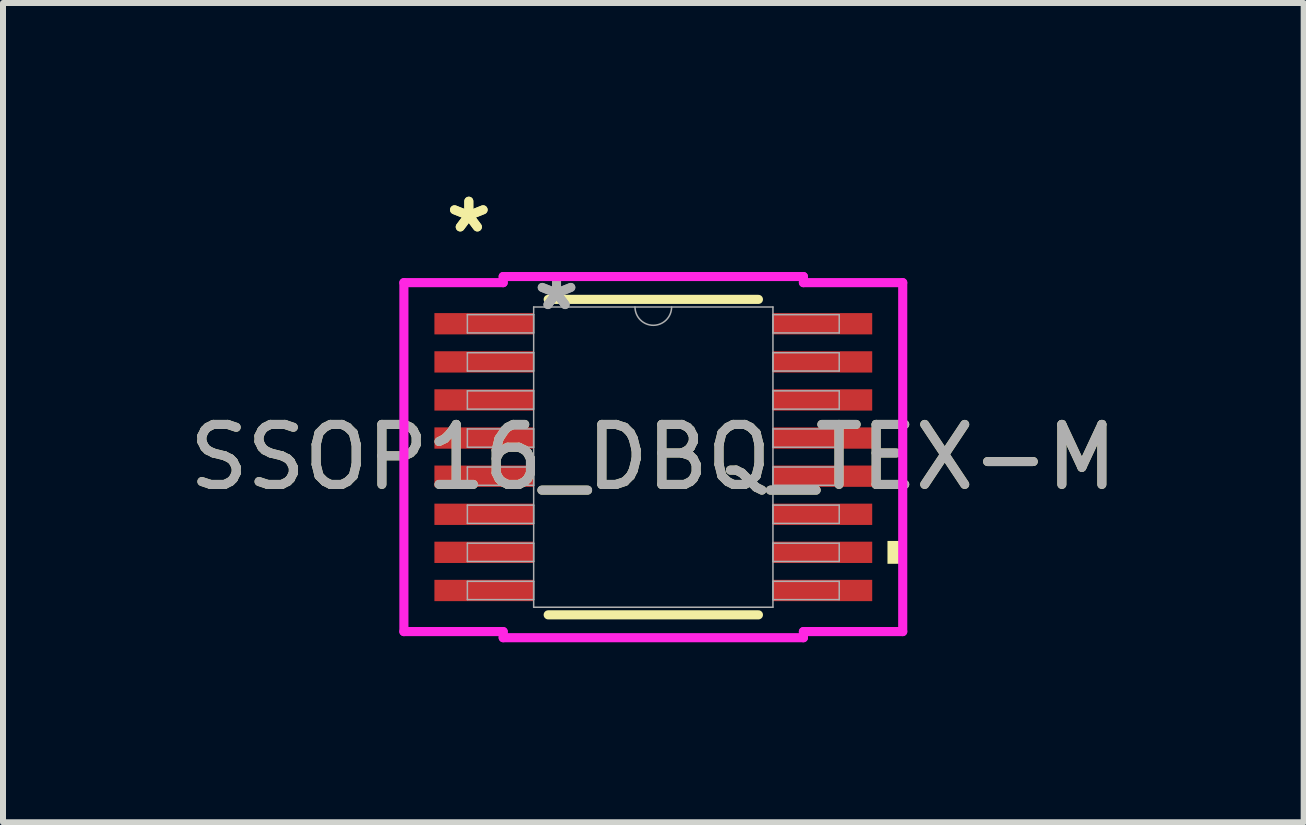
<source format=kicad_pcb>
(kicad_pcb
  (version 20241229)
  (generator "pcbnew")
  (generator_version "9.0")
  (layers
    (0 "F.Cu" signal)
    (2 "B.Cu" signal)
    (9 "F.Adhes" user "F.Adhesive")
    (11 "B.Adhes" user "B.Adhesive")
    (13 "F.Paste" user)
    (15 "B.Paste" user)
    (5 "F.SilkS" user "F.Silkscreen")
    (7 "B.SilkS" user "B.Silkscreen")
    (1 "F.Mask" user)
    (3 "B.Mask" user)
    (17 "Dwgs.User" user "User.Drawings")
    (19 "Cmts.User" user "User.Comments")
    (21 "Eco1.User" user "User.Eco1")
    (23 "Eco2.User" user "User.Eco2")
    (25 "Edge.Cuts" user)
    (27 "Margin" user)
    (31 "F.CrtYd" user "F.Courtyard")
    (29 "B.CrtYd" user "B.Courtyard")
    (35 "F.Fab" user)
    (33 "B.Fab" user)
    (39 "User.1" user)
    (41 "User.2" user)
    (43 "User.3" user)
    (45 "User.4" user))
  (footprint "SSOP16_DBQ_TEX-M"
    (layer "F.Cu")
    (at 7.839 4.569)
    (property "Reference" "SSOP16_DBQ_TEX-M" (at 0 0 0) (unlocked yes) (layer "F.SilkS") (effects (font (size 1 1) (thickness 0.15))))
    (attr smd)
    (fp_line (start -1.752 2.629) (end 1.752 2.629) (stroke (width 0.152) (type solid)) (layer "F.SilkS"))
    (fp_line (start 1.752 -2.629) (end -1.752 -2.629) (stroke (width 0.152) (type solid)) (layer "F.SilkS"))
    (fp_poly (pts (xy 4.157 1.397) (xy 4.157 1.778) (xy 3.903 1.778) (xy 3.903 1.397)) (stroke (width 0) (type solid)) (fill yes) (layer "F.SilkS"))
    (fp_line (start -4.157 -2.908) (end -2.502 -2.908) (stroke (width 0.152) (type solid)) (layer "F.CrtYd"))
    (fp_line (start -4.157 2.908) (end -4.157 -2.908) (stroke (width 0.152) (type solid)) (layer "F.CrtYd"))
    (fp_line (start -4.157 2.908) (end -2.502 2.908) (stroke (width 0.152) (type solid)) (layer "F.CrtYd"))
    (fp_line (start -2.502 -3.01) (end 2.502 -3.01) (stroke (width 0.152) (type solid)) (layer "F.CrtYd"))
    (fp_line (start -2.502 -2.908) (end -2.502 -3.01) (stroke (width 0.152) (type solid)) (layer "F.CrtYd"))
    (fp_line (start -2.502 3.01) (end -2.502 2.908) (stroke (width 0.152) (type solid)) (layer "F.CrtYd"))
    (fp_line (start 2.502 -3.01) (end 2.502 -2.908) (stroke (width 0.152) (type solid)) (layer "F.CrtYd"))
    (fp_line (start 2.502 2.908) (end 2.502 3.01) (stroke (width 0.152) (type solid)) (layer "F.CrtYd"))
    (fp_line (start 2.502 3.01) (end -2.502 3.01) (stroke (width 0.152) (type solid)) (layer "F.CrtYd"))
    (fp_line (start 4.157 -2.908) (end 2.502 -2.908) (stroke (width 0.152) (type solid)) (layer "F.CrtYd"))
    (fp_line (start 4.157 -2.908) (end 4.157 2.908) (stroke (width 0.152) (type solid)) (layer "F.CrtYd"))
    (fp_line (start 4.157 2.908) (end 2.502 2.908) (stroke (width 0.152) (type solid)) (layer "F.CrtYd"))
    (fp_line (start -3.099 -2.375) (end -3.099 -2.07) (stroke (width 0.025) (type solid)) (layer "F.Fab"))
    (fp_line (start -3.099 -2.07) (end -1.994 -2.07) (stroke (width 0.025) (type solid)) (layer "F.Fab"))
    (fp_line (start -3.099 -1.74) (end -3.099 -1.435) (stroke (width 0.025) (type solid)) (layer "F.Fab"))
    (fp_line (start -3.099 -1.435) (end -1.994 -1.435) (stroke (width 0.025) (type solid)) (layer "F.Fab"))
    (fp_line (start -3.099 -1.105) (end -3.099 -0.8) (stroke (width 0.025) (type solid)) (layer "F.Fab"))
    (fp_line (start -3.099 -0.8) (end -1.994 -0.8) (stroke (width 0.025) (type solid)) (layer "F.Fab"))
    (fp_line (start -3.099 -0.47) (end -3.099 -0.165) (stroke (width 0.025) (type solid)) (layer "F.Fab"))
    (fp_line (start -3.099 -0.165) (end -1.994 -0.165) (stroke (width 0.025) (type solid)) (layer "F.Fab"))
    (fp_line (start -3.099 0.165) (end -3.099 0.47) (stroke (width 0.025) (type solid)) (layer "F.Fab"))
    (fp_line (start -3.099 0.47) (end -1.994 0.47) (stroke (width 0.025) (type solid)) (layer "F.Fab"))
    (fp_line (start -3.099 0.8) (end -3.099 1.105) (stroke (width 0.025) (type solid)) (layer "F.Fab"))
    (fp_line (start -3.099 1.105) (end -1.994 1.105) (stroke (width 0.025) (type solid)) (layer "F.Fab"))
    (fp_line (start -3.099 1.435) (end -3.099 1.74) (stroke (width 0.025) (type solid)) (layer "F.Fab"))
    (fp_line (start -3.099 1.74) (end -1.994 1.74) (stroke (width 0.025) (type solid)) (layer "F.Fab"))
    (fp_line (start -3.099 2.07) (end -3.099 2.375) (stroke (width 0.025) (type solid)) (layer "F.Fab"))
    (fp_line (start -3.099 2.375) (end -1.994 2.375) (stroke (width 0.025) (type solid)) (layer "F.Fab"))
    (fp_line (start -1.994 -2.502) (end -1.994 2.502) (stroke (width 0.025) (type solid)) (layer "F.Fab"))
    (fp_line (start -1.994 -2.375) (end -3.099 -2.375) (stroke (width 0.025) (type solid)) (layer "F.Fab"))
    (fp_line (start -1.994 -2.07) (end -1.994 -2.375) (stroke (width 0.025) (type solid)) (layer "F.Fab"))
    (fp_line (start -1.994 -1.74) (end -3.099 -1.74) (stroke (width 0.025) (type solid)) (layer "F.Fab"))
    (fp_line (start -1.994 -1.435) (end -1.994 -1.74) (stroke (width 0.025) (type solid)) (layer "F.Fab"))
    (fp_line (start -1.994 -1.105) (end -3.099 -1.105) (stroke (width 0.025) (type solid)) (layer "F.Fab"))
    (fp_line (start -1.994 -0.8) (end -1.994 -1.105) (stroke (width 0.025) (type solid)) (layer "F.Fab"))
    (fp_line (start -1.994 -0.47) (end -3.099 -0.47) (stroke (width 0.025) (type solid)) (layer "F.Fab"))
    (fp_line (start -1.994 -0.165) (end -1.994 -0.47) (stroke (width 0.025) (type solid)) (layer "F.Fab"))
    (fp_line (start -1.994 0.165) (end -3.099 0.165) (stroke (width 0.025) (type solid)) (layer "F.Fab"))
    (fp_line (start -1.994 0.47) (end -1.994 0.165) (stroke (width 0.025) (type solid)) (layer "F.Fab"))
    (fp_line (start -1.994 0.8) (end -3.099 0.8) (stroke (width 0.025) (type solid)) (layer "F.Fab"))
    (fp_line (start -1.994 1.105) (end -1.994 0.8) (stroke (width 0.025) (type solid)) (layer "F.Fab"))
    (fp_line (start -1.994 1.435) (end -3.099 1.435) (stroke (width 0.025) (type solid)) (layer "F.Fab"))
    (fp_line (start -1.994 1.74) (end -1.994 1.435) (stroke (width 0.025) (type solid)) (layer "F.Fab"))
    (fp_line (start -1.994 2.07) (end -3.099 2.07) (stroke (width 0.025) (type solid)) (layer "F.Fab"))
    (fp_line (start -1.994 2.375) (end -1.994 2.07) (stroke (width 0.025) (type solid)) (layer "F.Fab"))
    (fp_line (start -1.994 2.502) (end 1.994 2.502) (stroke (width 0.025) (type solid)) (layer "F.Fab"))
    (fp_line (start 1.994 -2.502) (end -1.994 -2.502) (stroke (width 0.025) (type solid)) (layer "F.Fab"))
    (fp_line (start 1.994 -2.375) (end 1.994 -2.07) (stroke (width 0.025) (type solid)) (layer "F.Fab"))
    (fp_line (start 1.994 -2.07) (end 3.099 -2.07) (stroke (width 0.025) (type solid)) (layer "F.Fab"))
    (fp_line (start 1.994 -1.74) (end 1.994 -1.435) (stroke (width 0.025) (type solid)) (layer "F.Fab"))
    (fp_line (start 1.994 -1.435) (end 3.099 -1.435) (stroke (width 0.025) (type solid)) (layer "F.Fab"))
    (fp_line (start 1.994 -1.105) (end 1.994 -0.8) (stroke (width 0.025) (type solid)) (layer "F.Fab"))
    (fp_line (start 1.994 -0.8) (end 3.099 -0.8) (stroke (width 0.025) (type solid)) (layer "F.Fab"))
    (fp_line (start 1.994 -0.47) (end 1.994 -0.165) (stroke (width 0.025) (type solid)) (layer "F.Fab"))
    (fp_line (start 1.994 -0.165) (end 3.099 -0.165) (stroke (width 0.025) (type solid)) (layer "F.Fab"))
    (fp_line (start 1.994 0.165) (end 1.994 0.47) (stroke (width 0.025) (type solid)) (layer "F.Fab"))
    (fp_line (start 1.994 0.47) (end 3.099 0.47) (stroke (width 0.025) (type solid)) (layer "F.Fab"))
    (fp_line (start 1.994 0.8) (end 1.994 1.105) (stroke (width 0.025) (type solid)) (layer "F.Fab"))
    (fp_line (start 1.994 1.105) (end 3.099 1.105) (stroke (width 0.025) (type solid)) (layer "F.Fab"))
    (fp_line (start 1.994 1.435) (end 1.994 1.74) (stroke (width 0.025) (type solid)) (layer "F.Fab"))
    (fp_line (start 1.994 1.74) (end 3.099 1.74) (stroke (width 0.025) (type solid)) (layer "F.Fab"))
    (fp_line (start 1.994 2.07) (end 1.994 2.375) (stroke (width 0.025) (type solid)) (layer "F.Fab"))
    (fp_line (start 1.994 2.375) (end 3.099 2.375) (stroke (width 0.025) (type solid)) (layer "F.Fab"))
    (fp_line (start 1.994 2.502) (end 1.994 -2.502) (stroke (width 0.025) (type solid)) (layer "F.Fab"))
    (fp_line (start 3.099 -2.375) (end 1.994 -2.375) (stroke (width 0.025) (type solid)) (layer "F.Fab"))
    (fp_line (start 3.099 -2.07) (end 3.099 -2.375) (stroke (width 0.025) (type solid)) (layer "F.Fab"))
    (fp_line (start 3.099 -1.74) (end 1.994 -1.74) (stroke (width 0.025) (type solid)) (layer "F.Fab"))
    (fp_line (start 3.099 -1.435) (end 3.099 -1.74) (stroke (width 0.025) (type solid)) (layer "F.Fab"))
    (fp_line (start 3.099 -1.105) (end 1.994 -1.105) (stroke (width 0.025) (type solid)) (layer "F.Fab"))
    (fp_line (start 3.099 -0.8) (end 3.099 -1.105) (stroke (width 0.025) (type solid)) (layer "F.Fab"))
    (fp_line (start 3.099 -0.47) (end 1.994 -0.47) (stroke (width 0.025) (type solid)) (layer "F.Fab"))
    (fp_line (start 3.099 -0.165) (end 3.099 -0.47) (stroke (width 0.025) (type solid)) (layer "F.Fab"))
    (fp_line (start 3.099 0.165) (end 1.994 0.165) (stroke (width 0.025) (type solid)) (layer "F.Fab"))
    (fp_line (start 3.099 0.47) (end 3.099 0.165) (stroke (width 0.025) (type solid)) (layer "F.Fab"))
    (fp_line (start 3.099 0.8) (end 1.994 0.8) (stroke (width 0.025) (type solid)) (layer "F.Fab"))
    (fp_line (start 3.099 1.105) (end 3.099 0.8) (stroke (width 0.025) (type solid)) (layer "F.Fab"))
    (fp_line (start 3.099 1.435) (end 1.994 1.435) (stroke (width 0.025) (type solid)) (layer "F.Fab"))
    (fp_line (start 3.099 1.74) (end 3.099 1.435) (stroke (width 0.025) (type solid)) (layer "F.Fab"))
    (fp_line (start 3.099 2.07) (end 1.994 2.07) (stroke (width 0.025) (type solid)) (layer "F.Fab"))
    (fp_line (start 3.099 2.375) (end 3.099 2.07) (stroke (width 0.025) (type solid)) (layer "F.Fab"))
    (fp_arc (start 0.3048 -2.5019) (mid 0 -2.1971) (end -0.3048 -2.5019) (stroke (width 0.0254) (type solid)) (layer "F.Fab"))
    (fp_text user "*" (at -3.075 -3.72 0) (layer "F.SilkS") (effects (font (size 1 1) (thickness 0.15))))
    (fp_text user "*" (at -3.075 -3.72 0) (unlocked yes) (layer "F.SilkS") (effects (font (size 1 1) (thickness 0.15))))
    (fp_text user "*" (at -1.613 -2.426 0) (unlocked yes) (layer "F.Fab") (effects (font (size 1 1) (thickness 0.15))))
    (fp_text user "*" (at -1.613 -2.426 0) (layer "F.Fab") (effects (font (size 1 1) (thickness 0.15))))
    (fp_text user "${REFERENCE}" (at 0 0 0) (unlocked yes) (layer "F.Fab") (effects (font (size 1 1) (thickness 0.15))))
    (pad "1" smd rect (at -2.821 -2.223) (size 1.655 0.355) (layers "F.Cu" "F.Mask" "F.Paste"))
    (pad "2" smd rect (at -2.821 -1.587) (size 1.655 0.355) (layers "F.Cu" "F.Mask" "F.Paste"))
    (pad "3" smd rect (at -2.821 -0.953) (size 1.655 0.355) (layers "F.Cu" "F.Mask" "F.Paste"))
    (pad "4" smd rect (at -2.821 -0.318) (size 1.655 0.355) (layers "F.Cu" "F.Mask" "F.Paste"))
    (pad "5" smd rect (at -2.821 0.318) (size 1.655 0.355) (layers "F.Cu" "F.Mask" "F.Paste"))
    (pad "6" smd rect (at -2.821 0.953) (size 1.655 0.355) (layers "F.Cu" "F.Mask" "F.Paste"))
    (pad "7" smd rect (at -2.821 1.587) (size 1.655 0.355) (layers "F.Cu" "F.Mask" "F.Paste"))
    (pad "8" smd rect (at -2.821 2.223) (size 1.655 0.355) (layers "F.Cu" "F.Mask" "F.Paste"))
    (pad "9" smd rect (at 2.821 2.223) (size 1.655 0.355) (layers "F.Cu" "F.Mask" "F.Paste"))
    (pad "10" smd rect (at 2.821 1.587) (size 1.655 0.355) (layers "F.Cu" "F.Mask" "F.Paste"))
    (pad "11" smd rect (at 2.821 0.953) (size 1.655 0.355) (layers "F.Cu" "F.Mask" "F.Paste"))
    (pad "12" smd rect (at 2.821 0.318) (size 1.655 0.355) (layers "F.Cu" "F.Mask" "F.Paste"))
    (pad "13" smd rect (at 2.821 -0.318) (size 1.655 0.355) (layers "F.Cu" "F.Mask" "F.Paste"))
    (pad "14" smd rect (at 2.821 -0.953) (size 1.655 0.355) (layers "F.Cu" "F.Mask" "F.Paste"))
    (pad "15" smd rect (at 2.821 -1.587) (size 1.655 0.355) (layers "F.Cu" "F.Mask" "F.Paste"))
    (pad "16" smd rect (at 2.821 -2.223) (size 1.655 0.355) (layers "F.Cu" "F.Mask" "F.Paste")))
  (gr_rect
    (start -3 -3)
    (end 18.679 10.655)
    (stroke (width 0.1) (type default))
    (fill no)
    (layer "Edge.Cuts")))
</source>
